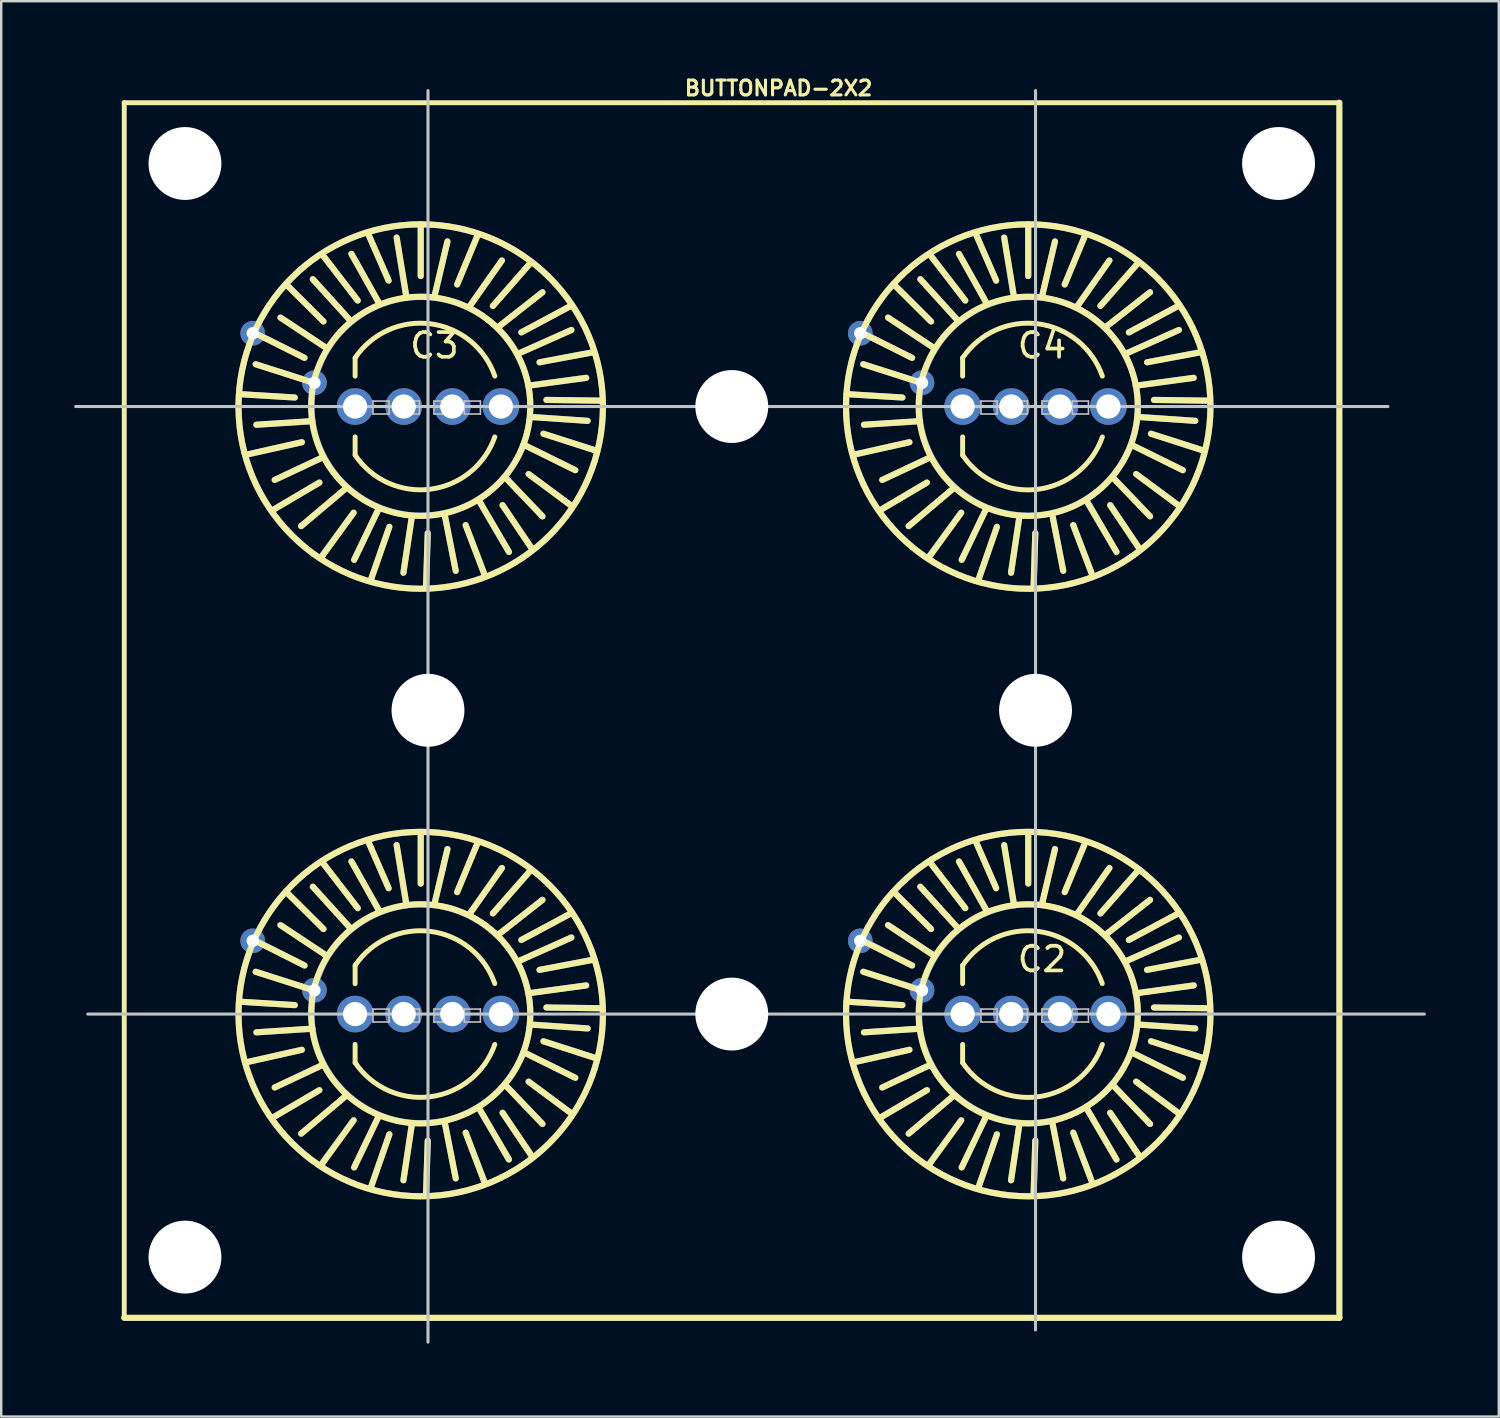
<source format=kicad_pcb>
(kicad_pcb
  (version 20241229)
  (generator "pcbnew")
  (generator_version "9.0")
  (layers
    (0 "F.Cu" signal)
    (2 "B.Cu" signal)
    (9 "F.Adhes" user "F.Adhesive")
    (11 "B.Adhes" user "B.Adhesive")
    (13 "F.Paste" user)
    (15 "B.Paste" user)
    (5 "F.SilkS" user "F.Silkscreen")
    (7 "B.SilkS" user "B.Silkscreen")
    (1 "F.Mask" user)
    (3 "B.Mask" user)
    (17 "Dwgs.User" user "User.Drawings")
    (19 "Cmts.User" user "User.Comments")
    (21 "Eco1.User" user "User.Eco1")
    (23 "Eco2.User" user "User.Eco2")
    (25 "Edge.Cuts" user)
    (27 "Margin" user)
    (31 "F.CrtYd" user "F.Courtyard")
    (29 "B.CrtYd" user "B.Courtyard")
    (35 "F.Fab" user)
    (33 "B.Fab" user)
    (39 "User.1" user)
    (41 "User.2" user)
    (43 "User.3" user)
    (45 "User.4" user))
  (footprint "BUTTONPAD-2X2"
    (layer "F.Cu")
    (at 2.062 51.176)
    (property "Reference" "BUTTONPAD-2X2" (at 26.924 -50.597 0) (layer "F.SilkS") (effects (font (size 0.61 0.61) (thickness 0.127))))
    (attr exclude_from_pos_files exclude_from_bom)
    (fp_line (start 4.719 -38.009) (end 7.018 -37.869) (stroke (width 0.254) (type solid)) (layer "B.Cu"))
    (fp_line (start 4.719 -13.01) (end 7.018 -12.868) (stroke (width 0.254) (type solid)) (layer "B.Cu"))
    (fp_line (start 5.039 -35.519) (end 7.308 -36.03) (stroke (width 0.254) (type solid)) (layer "B.Cu"))
    (fp_line (start 5.039 -10.518) (end 7.308 -11.029) (stroke (width 0.254) (type solid)) (layer "B.Cu"))
    (fp_line (start 5.359 -40.538) (end 7.419 -39.5) (stroke (width 0.254) (type solid)) (layer "B.Cu"))
    (fp_line (start 5.359 -15.54) (end 7.419 -14.498) (stroke (width 0.254) (type solid)) (layer "B.Cu"))
    (fp_line (start 6.129 -33.249) (end 8.029 -34.369) (stroke (width 0.254) (type solid)) (layer "B.Cu"))
    (fp_line (start 6.129 -8.25) (end 8.029 -9.368) (stroke (width 0.254) (type solid)) (layer "B.Cu"))
    (fp_line (start 6.698 -42.499) (end 8.199 -40.998) (stroke (width 0.254) (type solid)) (layer "B.Cu"))
    (fp_line (start 6.698 -17.498) (end 8.199 -15.999) (stroke (width 0.254) (type solid)) (layer "B.Cu"))
    (fp_line (start 7.739 -38.499) (end 5.408 -39.238) (stroke (width 0.254) (type solid)) (layer "B.Cu"))
    (fp_line (start 7.739 -36.888) (end 5.438 -36.749) (stroke (width 0.254) (type solid)) (layer "B.Cu"))
    (fp_line (start 7.739 -13.498) (end 5.408 -14.239) (stroke (width 0.254) (type solid)) (layer "B.Cu"))
    (fp_line (start 7.739 -11.89) (end 5.438 -11.748) (stroke (width 0.254) (type solid)) (layer "B.Cu"))
    (fp_line (start 8.108 -31.328) (end 9.439 -33.129) (stroke (width 0.254) (type solid)) (layer "B.Cu"))
    (fp_line (start 8.108 -6.33) (end 9.439 -8.128) (stroke (width 0.254) (type solid)) (layer "B.Cu"))
    (fp_line (start 8.189 -43.698) (end 9.609 -41.859) (stroke (width 0.254) (type solid)) (layer "B.Cu"))
    (fp_line (start 8.189 -35.418) (end 6.19 -34.478) (stroke (width 0.254) (type solid)) (layer "B.Cu"))
    (fp_line (start 8.189 -18.699) (end 9.609 -16.858) (stroke (width 0.254) (type solid)) (layer "B.Cu"))
    (fp_line (start 8.189 -10.419) (end 6.19 -9.479) (stroke (width 0.254) (type solid)) (layer "B.Cu"))
    (fp_line (start 8.349 -39.878) (end 6.429 -41.158) (stroke (width 0.254) (type solid)) (layer "B.Cu"))
    (fp_line (start 8.349 -14.879) (end 6.429 -16.159) (stroke (width 0.254) (type solid)) (layer "B.Cu"))
    (fp_line (start 9.129 -34.13) (end 7.28 -32.578) (stroke (width 0.254) (type solid)) (layer "B.Cu"))
    (fp_line (start 9.129 -9.129) (end 7.28 -7.579) (stroke (width 0.254) (type solid)) (layer "B.Cu"))
    (fp_line (start 9.289 -41.049) (end 7.76 -42.738) (stroke (width 0.254) (type solid)) (layer "B.Cu"))
    (fp_line (start 9.289 -16.048) (end 7.76 -17.739) (stroke (width 0.254) (type solid)) (layer "B.Cu"))
    (fp_line (start 10.038 -44.607) (end 10.879 -42.68) (stroke (width 0.254) (type solid)) (layer "B.Cu"))
    (fp_line (start 10.038 -19.609) (end 10.879 -17.678) (stroke (width 0.254) (type solid)) (layer "B.Cu"))
    (fp_line (start 10.168 -30.419) (end 10.909 -32.548) (stroke (width 0.254) (type solid)) (layer "B.Cu"))
    (fp_line (start 10.168 -5.418) (end 10.909 -7.549) (stroke (width 0.254) (type solid)) (layer "B.Cu"))
    (fp_line (start 10.46 -41.798) (end 9.35 -43.779) (stroke (width 0.254) (type solid)) (layer "B.Cu"))
    (fp_line (start 10.46 -33.279) (end 9.469 -31.189) (stroke (width 0.254) (type solid)) (layer "B.Cu"))
    (fp_line (start 10.46 -16.8) (end 9.35 -18.778) (stroke (width 0.254) (type solid)) (layer "B.Cu"))
    (fp_line (start 10.46 -8.278) (end 9.469 -6.19) (stroke (width 0.254) (type solid)) (layer "B.Cu"))
    (fp_line (start 11.587 -42.067) (end 11.209 -44.45) (stroke (width 0.254) (type solid)) (layer "B.Cu"))
    (fp_line (start 11.587 -17.069) (end 11.209 -19.449) (stroke (width 0.254) (type solid)) (layer "B.Cu"))
    (fp_line (start 11.829 -32.929) (end 11.488 -30.658) (stroke (width 0.254) (type solid)) (layer "B.Cu"))
    (fp_line (start 11.829 -7.93) (end 11.488 -5.659) (stroke (width 0.254) (type solid)) (layer "B.Cu"))
    (fp_line (start 12.2 -44.958) (end 12.2 -42.868) (stroke (width 0.254) (type solid)) (layer "B.Cu"))
    (fp_line (start 12.2 -19.959) (end 12.2 -17.869) (stroke (width 0.254) (type solid)) (layer "B.Cu"))
    (fp_line (start 12.418 -30.058) (end 12.489 -32.288) (stroke (width 0.254) (type solid)) (layer "B.Cu"))
    (fp_line (start 12.418 -5.06) (end 12.489 -7.29) (stroke (width 0.254) (type solid)) (layer "B.Cu"))
    (fp_line (start 12.789 -42.118) (end 13.299 -44.29) (stroke (width 0.254) (type solid)) (layer "B.Cu"))
    (fp_line (start 12.789 -17.12) (end 13.299 -19.289) (stroke (width 0.254) (type solid)) (layer "B.Cu"))
    (fp_line (start 13.188 -33.038) (end 13.64 -30.739) (stroke (width 0.254) (type solid)) (layer "B.Cu"))
    (fp_line (start 13.188 -8.039) (end 13.64 -5.738) (stroke (width 0.254) (type solid)) (layer "B.Cu"))
    (fp_line (start 14.178 -41.59) (end 15.54 -43.508) (stroke (width 0.254) (type solid)) (layer "B.Cu"))
    (fp_line (start 14.178 -16.589) (end 15.54 -18.509) (stroke (width 0.254) (type solid)) (layer "B.Cu"))
    (fp_line (start 14.529 -44.529) (end 13.698 -42.52) (stroke (width 0.254) (type solid)) (layer "B.Cu"))
    (fp_line (start 14.529 -19.528) (end 13.698 -17.518) (stroke (width 0.254) (type solid)) (layer "B.Cu"))
    (fp_line (start 14.608 -33.599) (end 15.829 -31.509) (stroke (width 0.254) (type solid)) (layer "B.Cu"))
    (fp_line (start 14.608 -8.598) (end 15.829 -6.507) (stroke (width 0.254) (type solid)) (layer "B.Cu"))
    (fp_line (start 14.788 -30.688) (end 14.049 -32.619) (stroke (width 0.254) (type solid)) (layer "B.Cu"))
    (fp_line (start 14.788 -5.69) (end 14.049 -7.62) (stroke (width 0.254) (type solid)) (layer "B.Cu"))
    (fp_line (start 15.38 -40.759) (end 17.209 -42.2) (stroke (width 0.254) (type solid)) (layer "B.Cu"))
    (fp_line (start 15.38 -15.758) (end 17.209 -17.198) (stroke (width 0.254) (type solid)) (layer "B.Cu"))
    (fp_line (start 15.7 -34.559) (end 17.209 -32.979) (stroke (width 0.254) (type solid)) (layer "B.Cu"))
    (fp_line (start 15.7 -9.558) (end 17.209 -7.978) (stroke (width 0.254) (type solid)) (layer "B.Cu"))
    (fp_line (start 16.18 -39.66) (end 18.4 -40.648) (stroke (width 0.254) (type solid)) (layer "B.Cu"))
    (fp_line (start 16.18 -14.658) (end 18.4 -15.649) (stroke (width 0.254) (type solid)) (layer "B.Cu"))
    (fp_line (start 16.5 -35.898) (end 18.56 -34.879) (stroke (width 0.254) (type solid)) (layer "B.Cu"))
    (fp_line (start 16.5 -10.899) (end 18.56 -9.878) (stroke (width 0.254) (type solid)) (layer "B.Cu"))
    (fp_line (start 16.609 -38.359) (end 19.009 -38.679) (stroke (width 0.254) (type solid)) (layer "B.Cu"))
    (fp_line (start 16.609 -13.358) (end 19.009 -13.678) (stroke (width 0.254) (type solid)) (layer "B.Cu"))
    (fp_line (start 16.718 -43.409) (end 15.169 -41.638) (stroke (width 0.254) (type solid)) (layer "B.Cu"))
    (fp_line (start 16.718 -18.41) (end 15.169 -16.64) (stroke (width 0.254) (type solid)) (layer "B.Cu"))
    (fp_line (start 16.739 -31.699) (end 15.568 -33.439) (stroke (width 0.254) (type solid)) (layer "B.Cu"))
    (fp_line (start 16.739 -6.698) (end 15.568 -8.438) (stroke (width 0.254) (type solid)) (layer "B.Cu"))
    (fp_line (start 16.8 -37.069) (end 19.068 -36.909) (stroke (width 0.254) (type solid)) (layer "B.Cu"))
    (fp_line (start 16.8 -12.068) (end 19.068 -11.908) (stroke (width 0.254) (type solid)) (layer "B.Cu"))
    (fp_line (start 18.349 -41.618) (end 16.34 -40.549) (stroke (width 0.254) (type solid)) (layer "B.Cu"))
    (fp_line (start 18.349 -16.619) (end 16.34 -15.55) (stroke (width 0.254) (type solid)) (layer "B.Cu"))
    (fp_line (start 18.369 -33.439) (end 16.64 -34.719) (stroke (width 0.254) (type solid)) (layer "B.Cu"))
    (fp_line (start 18.369 -8.438) (end 16.64 -9.718) (stroke (width 0.254) (type solid)) (layer "B.Cu"))
    (fp_line (start 19.309 -39.738) (end 17.089 -39.319) (stroke (width 0.254) (type solid)) (layer "B.Cu"))
    (fp_line (start 19.309 -14.74) (end 17.089 -14.318) (stroke (width 0.254) (type solid)) (layer "B.Cu"))
    (fp_line (start 19.418 -35.679) (end 17.249 -36.378) (stroke (width 0.254) (type solid)) (layer "B.Cu"))
    (fp_line (start 19.418 -10.678) (end 17.249 -11.379) (stroke (width 0.254) (type solid)) (layer "B.Cu"))
    (fp_line (start 19.578 -37.739) (end 17.379 -37.77) (stroke (width 0.254) (type solid)) (layer "B.Cu"))
    (fp_line (start 19.578 -12.738) (end 17.379 -12.769) (stroke (width 0.254) (type solid)) (layer "B.Cu"))
    (fp_line (start 29.718 -38.009) (end 32.019 -37.869) (stroke (width 0.254) (type solid)) (layer "B.Cu"))
    (fp_line (start 29.718 -13.01) (end 32.019 -12.868) (stroke (width 0.254) (type solid)) (layer "B.Cu"))
    (fp_line (start 30.038 -35.519) (end 32.309 -36.03) (stroke (width 0.254) (type solid)) (layer "B.Cu"))
    (fp_line (start 30.038 -10.518) (end 32.309 -11.029) (stroke (width 0.254) (type solid)) (layer "B.Cu"))
    (fp_line (start 30.358 -40.538) (end 32.418 -39.5) (stroke (width 0.254) (type solid)) (layer "B.Cu"))
    (fp_line (start 30.358 -15.54) (end 32.418 -14.498) (stroke (width 0.254) (type solid)) (layer "B.Cu"))
    (fp_line (start 31.128 -33.249) (end 33.028 -34.369) (stroke (width 0.254) (type solid)) (layer "B.Cu"))
    (fp_line (start 31.128 -8.25) (end 33.028 -9.368) (stroke (width 0.254) (type solid)) (layer "B.Cu"))
    (fp_line (start 31.699 -42.499) (end 33.198 -40.998) (stroke (width 0.254) (type solid)) (layer "B.Cu"))
    (fp_line (start 31.699 -17.498) (end 33.198 -15.999) (stroke (width 0.254) (type solid)) (layer "B.Cu"))
    (fp_line (start 32.738 -38.499) (end 30.409 -39.238) (stroke (width 0.254) (type solid)) (layer "B.Cu"))
    (fp_line (start 32.738 -36.888) (end 30.439 -36.749) (stroke (width 0.254) (type solid)) (layer "B.Cu"))
    (fp_line (start 32.738 -13.498) (end 30.409 -14.239) (stroke (width 0.254) (type solid)) (layer "B.Cu"))
    (fp_line (start 32.738 -11.89) (end 30.439 -11.748) (stroke (width 0.254) (type solid)) (layer "B.Cu"))
    (fp_line (start 33.109 -31.328) (end 34.44 -33.129) (stroke (width 0.254) (type solid)) (layer "B.Cu"))
    (fp_line (start 33.109 -6.33) (end 34.44 -8.128) (stroke (width 0.254) (type solid)) (layer "B.Cu"))
    (fp_line (start 33.188 -43.698) (end 34.608 -41.859) (stroke (width 0.254) (type solid)) (layer "B.Cu"))
    (fp_line (start 33.188 -35.418) (end 31.189 -34.478) (stroke (width 0.254) (type solid)) (layer "B.Cu"))
    (fp_line (start 33.188 -18.699) (end 34.608 -16.858) (stroke (width 0.254) (type solid)) (layer "B.Cu"))
    (fp_line (start 33.188 -10.419) (end 31.189 -9.479) (stroke (width 0.254) (type solid)) (layer "B.Cu"))
    (fp_line (start 33.348 -39.878) (end 31.43 -41.158) (stroke (width 0.254) (type solid)) (layer "B.Cu"))
    (fp_line (start 33.348 -14.879) (end 31.43 -16.159) (stroke (width 0.254) (type solid)) (layer "B.Cu"))
    (fp_line (start 34.13 -34.13) (end 32.278 -32.578) (stroke (width 0.254) (type solid)) (layer "B.Cu"))
    (fp_line (start 34.13 -9.129) (end 32.278 -7.579) (stroke (width 0.254) (type solid)) (layer "B.Cu"))
    (fp_line (start 34.29 -41.049) (end 32.758 -42.738) (stroke (width 0.254) (type solid)) (layer "B.Cu"))
    (fp_line (start 34.29 -16.048) (end 32.758 -17.739) (stroke (width 0.254) (type solid)) (layer "B.Cu"))
    (fp_line (start 35.039 -44.607) (end 35.877 -42.68) (stroke (width 0.254) (type solid)) (layer "B.Cu"))
    (fp_line (start 35.039 -19.609) (end 35.877 -17.678) (stroke (width 0.254) (type solid)) (layer "B.Cu"))
    (fp_line (start 35.169 -30.419) (end 35.908 -32.548) (stroke (width 0.254) (type solid)) (layer "B.Cu"))
    (fp_line (start 35.169 -5.418) (end 35.908 -7.549) (stroke (width 0.254) (type solid)) (layer "B.Cu"))
    (fp_line (start 35.458 -41.798) (end 34.348 -43.779) (stroke (width 0.254) (type solid)) (layer "B.Cu"))
    (fp_line (start 35.458 -33.279) (end 34.468 -31.189) (stroke (width 0.254) (type solid)) (layer "B.Cu"))
    (fp_line (start 35.458 -16.8) (end 34.348 -18.778) (stroke (width 0.254) (type solid)) (layer "B.Cu"))
    (fp_line (start 35.458 -8.278) (end 34.468 -6.19) (stroke (width 0.254) (type solid)) (layer "B.Cu"))
    (fp_line (start 36.589 -42.067) (end 36.208 -44.45) (stroke (width 0.254) (type solid)) (layer "B.Cu"))
    (fp_line (start 36.589 -17.069) (end 36.208 -19.449) (stroke (width 0.254) (type solid)) (layer "B.Cu"))
    (fp_line (start 36.83 -32.929) (end 36.49 -30.658) (stroke (width 0.254) (type solid)) (layer "B.Cu"))
    (fp_line (start 36.83 -7.93) (end 36.49 -5.659) (stroke (width 0.254) (type solid)) (layer "B.Cu"))
    (fp_line (start 37.198 -44.958) (end 37.198 -42.868) (stroke (width 0.254) (type solid)) (layer "B.Cu"))
    (fp_line (start 37.198 -19.959) (end 37.198 -17.869) (stroke (width 0.254) (type solid)) (layer "B.Cu"))
    (fp_line (start 37.419 -30.058) (end 37.488 -32.288) (stroke (width 0.254) (type solid)) (layer "B.Cu"))
    (fp_line (start 37.419 -5.06) (end 37.488 -7.29) (stroke (width 0.254) (type solid)) (layer "B.Cu"))
    (fp_line (start 37.788 -42.118) (end 38.298 -44.29) (stroke (width 0.254) (type solid)) (layer "B.Cu"))
    (fp_line (start 37.788 -17.12) (end 38.298 -19.289) (stroke (width 0.254) (type solid)) (layer "B.Cu"))
    (fp_line (start 38.189 -33.038) (end 38.638 -30.739) (stroke (width 0.254) (type solid)) (layer "B.Cu"))
    (fp_line (start 38.189 -8.039) (end 38.638 -5.738) (stroke (width 0.254) (type solid)) (layer "B.Cu"))
    (fp_line (start 39.179 -41.59) (end 40.538 -43.508) (stroke (width 0.254) (type solid)) (layer "B.Cu"))
    (fp_line (start 39.179 -16.589) (end 40.538 -18.509) (stroke (width 0.254) (type solid)) (layer "B.Cu"))
    (fp_line (start 39.527 -44.529) (end 38.699 -42.52) (stroke (width 0.254) (type solid)) (layer "B.Cu"))
    (fp_line (start 39.527 -19.528) (end 38.699 -17.518) (stroke (width 0.254) (type solid)) (layer "B.Cu"))
    (fp_line (start 39.609 -33.599) (end 40.828 -31.509) (stroke (width 0.254) (type solid)) (layer "B.Cu"))
    (fp_line (start 39.609 -8.598) (end 40.828 -6.507) (stroke (width 0.254) (type solid)) (layer "B.Cu"))
    (fp_line (start 39.789 -30.688) (end 39.05 -32.619) (stroke (width 0.254) (type solid)) (layer "B.Cu"))
    (fp_line (start 39.789 -5.69) (end 39.05 -7.62) (stroke (width 0.254) (type solid)) (layer "B.Cu"))
    (fp_line (start 40.378 -40.759) (end 42.21 -42.2) (stroke (width 0.254) (type solid)) (layer "B.Cu"))
    (fp_line (start 40.378 -15.758) (end 42.21 -17.198) (stroke (width 0.254) (type solid)) (layer "B.Cu"))
    (fp_line (start 40.698 -34.559) (end 42.21 -32.979) (stroke (width 0.254) (type solid)) (layer "B.Cu"))
    (fp_line (start 40.698 -9.558) (end 42.21 -7.978) (stroke (width 0.254) (type solid)) (layer "B.Cu"))
    (fp_line (start 41.178 -39.66) (end 43.398 -40.648) (stroke (width 0.254) (type solid)) (layer "B.Cu"))
    (fp_line (start 41.178 -14.658) (end 43.398 -15.649) (stroke (width 0.254) (type solid)) (layer "B.Cu"))
    (fp_line (start 41.499 -35.898) (end 43.558 -34.879) (stroke (width 0.254) (type solid)) (layer "B.Cu"))
    (fp_line (start 41.499 -10.899) (end 43.558 -9.878) (stroke (width 0.254) (type solid)) (layer "B.Cu"))
    (fp_line (start 41.608 -38.359) (end 44.008 -38.679) (stroke (width 0.254) (type solid)) (layer "B.Cu"))
    (fp_line (start 41.608 -13.358) (end 44.008 -13.678) (stroke (width 0.254) (type solid)) (layer "B.Cu"))
    (fp_line (start 41.719 -43.409) (end 40.168 -41.638) (stroke (width 0.254) (type solid)) (layer "B.Cu"))
    (fp_line (start 41.719 -18.41) (end 40.168 -16.64) (stroke (width 0.254) (type solid)) (layer "B.Cu"))
    (fp_line (start 41.74 -31.699) (end 40.569 -33.439) (stroke (width 0.254) (type solid)) (layer "B.Cu"))
    (fp_line (start 41.74 -6.698) (end 40.569 -8.438) (stroke (width 0.254) (type solid)) (layer "B.Cu"))
    (fp_line (start 41.798 -37.069) (end 44.069 -36.909) (stroke (width 0.254) (type solid)) (layer "B.Cu"))
    (fp_line (start 41.798 -12.068) (end 44.069 -11.908) (stroke (width 0.254) (type solid)) (layer "B.Cu"))
    (fp_line (start 43.348 -41.618) (end 41.339 -40.549) (stroke (width 0.254) (type solid)) (layer "B.Cu"))
    (fp_line (start 43.348 -16.619) (end 41.339 -15.55) (stroke (width 0.254) (type solid)) (layer "B.Cu"))
    (fp_line (start 43.368 -33.439) (end 41.638 -34.719) (stroke (width 0.254) (type solid)) (layer "B.Cu"))
    (fp_line (start 43.368 -8.438) (end 41.638 -9.718) (stroke (width 0.254) (type solid)) (layer "B.Cu"))
    (fp_line (start 44.308 -39.738) (end 42.088 -39.319) (stroke (width 0.254) (type solid)) (layer "B.Cu"))
    (fp_line (start 44.308 -14.74) (end 42.088 -14.318) (stroke (width 0.254) (type solid)) (layer "B.Cu"))
    (fp_line (start 44.42 -35.679) (end 42.248 -36.378) (stroke (width 0.254) (type solid)) (layer "B.Cu"))
    (fp_line (start 44.42 -10.678) (end 42.248 -11.379) (stroke (width 0.254) (type solid)) (layer "B.Cu"))
    (fp_line (start 44.58 -37.739) (end 42.38 -37.77) (stroke (width 0.254) (type solid)) (layer "B.Cu"))
    (fp_line (start 44.58 -12.738) (end 42.38 -12.769) (stroke (width 0.254) (type solid)) (layer "B.Cu"))
    (fp_circle (center 12.2 -37.498) (end 12.2 -44.996) (stroke (width 0.254) (type solid)) (fill no) (layer "B.Cu"))
    (fp_circle (center 12.2 -12.499) (end 12.2 -19.997) (stroke (width 0.254) (type solid)) (fill no) (layer "B.Cu"))
    (fp_circle (center 12.21 -37.508) (end 12.21 -42.007) (stroke (width 0.254) (type solid)) (fill no) (layer "B.Cu"))
    (fp_circle (center 12.21 -12.509) (end 12.21 -17.008) (stroke (width 0.254) (type solid)) (fill no) (layer "B.Cu"))
    (fp_circle (center 37.198 -37.498) (end 37.198 -44.996) (stroke (width 0.254) (type solid)) (fill no) (layer "B.Cu"))
    (fp_circle (center 37.198 -12.499) (end 37.198 -19.997) (stroke (width 0.254) (type solid)) (fill no) (layer "B.Cu"))
    (fp_circle (center 37.208 -37.508) (end 37.208 -42.007) (stroke (width 0.254) (type solid)) (fill no) (layer "B.Cu"))
    (fp_circle (center 37.208 -12.509) (end 37.208 -17.008) (stroke (width 0.254) (type solid)) (fill no) (layer "B.Cu"))
    (fp_line (start 0 -50) (end 50 -50) (stroke (width 0.203) (type solid)) (layer "F.SilkS"))
    (fp_line (start 0 0) (end 0 -50) (stroke (width 0.203) (type solid)) (layer "F.SilkS"))
    (fp_line (start 4.729 -38.009) (end 7.018 -37.869) (stroke (width 0.254) (type solid)) (layer "F.SilkS"))
    (fp_line (start 4.729 -13.01) (end 7.018 -12.868) (stroke (width 0.254) (type solid)) (layer "F.SilkS"))
    (fp_line (start 5.359 -40.528) (end 7.419 -39.5) (stroke (width 0.254) (type solid)) (layer "F.SilkS"))
    (fp_line (start 5.359 -15.53) (end 7.419 -14.498) (stroke (width 0.254) (type solid)) (layer "F.SilkS"))
    (fp_line (start 5.408 -39.238) (end 7.777 -38.478) (stroke (width 0.254) (type solid)) (layer "F.SilkS"))
    (fp_line (start 5.408 -14.239) (end 7.777 -13.48) (stroke (width 0.254) (type solid)) (layer "F.SilkS"))
    (fp_line (start 5.438 -36.749) (end 7.739 -36.899) (stroke (width 0.254) (type solid)) (layer "F.SilkS"))
    (fp_line (start 5.438 -11.748) (end 7.739 -11.9) (stroke (width 0.254) (type solid)) (layer "F.SilkS"))
    (fp_line (start 6.078 -33.218) (end 8.029 -34.369) (stroke (width 0.254) (type solid)) (layer "F.SilkS"))
    (fp_line (start 6.078 -8.219) (end 8.029 -9.368) (stroke (width 0.254) (type solid)) (layer "F.SilkS"))
    (fp_line (start 6.19 -34.478) (end 8.189 -35.418) (stroke (width 0.254) (type solid)) (layer "F.SilkS"))
    (fp_line (start 6.19 -9.479) (end 8.189 -10.419) (stroke (width 0.254) (type solid)) (layer "F.SilkS"))
    (fp_line (start 6.429 -41.158) (end 8.288 -39.929) (stroke (width 0.254) (type solid)) (layer "F.SilkS"))
    (fp_line (start 6.429 -16.159) (end 8.288 -14.928) (stroke (width 0.254) (type solid)) (layer "F.SilkS"))
    (fp_line (start 6.678 -42.509) (end 8.199 -40.998) (stroke (width 0.254) (type solid)) (layer "F.SilkS"))
    (fp_line (start 6.678 -17.508) (end 8.199 -15.999) (stroke (width 0.254) (type solid)) (layer "F.SilkS"))
    (fp_line (start 7.308 -36.03) (end 5.029 -35.519) (stroke (width 0.254) (type solid)) (layer "F.SilkS"))
    (fp_line (start 7.308 -11.029) (end 5.029 -10.518) (stroke (width 0.254) (type solid)) (layer "F.SilkS"))
    (fp_line (start 7.76 -42.738) (end 9.319 -41.018) (stroke (width 0.254) (type solid)) (layer "F.SilkS"))
    (fp_line (start 7.76 -17.739) (end 9.319 -16.02) (stroke (width 0.254) (type solid)) (layer "F.SilkS"))
    (fp_line (start 8.158 -43.739) (end 9.609 -41.859) (stroke (width 0.254) (type solid)) (layer "F.SilkS"))
    (fp_line (start 8.158 -18.738) (end 9.609 -16.858) (stroke (width 0.254) (type solid)) (layer "F.SilkS"))
    (fp_line (start 9.149 -34.158) (end 7.28 -32.578) (stroke (width 0.254) (type solid)) (layer "F.SilkS"))
    (fp_line (start 9.149 -9.159) (end 7.28 -7.579) (stroke (width 0.254) (type solid)) (layer "F.SilkS"))
    (fp_line (start 9.35 -43.779) (end 10.46 -41.798) (stroke (width 0.254) (type solid)) (layer "F.SilkS"))
    (fp_line (start 9.35 -18.778) (end 10.46 -16.8) (stroke (width 0.254) (type solid)) (layer "F.SilkS"))
    (fp_line (start 9.439 -33.129) (end 8.098 -31.278) (stroke (width 0.254) (type solid)) (layer "F.SilkS"))
    (fp_line (start 9.439 -8.128) (end 8.098 -6.279) (stroke (width 0.254) (type solid)) (layer "F.SilkS"))
    (fp_line (start 9.459 -31.189) (end 10.45 -33.249) (stroke (width 0.254) (type solid)) (layer "F.SilkS"))
    (fp_line (start 9.459 -6.19) (end 10.45 -8.25) (stroke (width 0.254) (type solid)) (layer "F.SilkS"))
    (fp_line (start 9.5 -39.5) (end 9.5 -38.748) (stroke (width 0.203) (type solid)) (layer "F.SilkS"))
    (fp_line (start 9.5 -35.499) (end 9.5 -36.248) (stroke (width 0.203) (type solid)) (layer "F.SilkS"))
    (fp_line (start 9.5 -14.498) (end 9.5 -13.749) (stroke (width 0.203) (type solid)) (layer "F.SilkS"))
    (fp_line (start 9.5 -10.498) (end 9.5 -11.25) (stroke (width 0.203) (type solid)) (layer "F.SilkS"))
    (fp_line (start 10.879 -42.68) (end 10.018 -44.648) (stroke (width 0.254) (type solid)) (layer "F.SilkS"))
    (fp_line (start 10.879 -17.678) (end 10.018 -19.649) (stroke (width 0.254) (type solid)) (layer "F.SilkS"))
    (fp_line (start 10.909 -32.548) (end 10.15 -30.368) (stroke (width 0.254) (type solid)) (layer "F.SilkS"))
    (fp_line (start 10.909 -7.549) (end 10.15 -5.37) (stroke (width 0.254) (type solid)) (layer "F.SilkS"))
    (fp_line (start 11.488 -30.658) (end 11.839 -32.99) (stroke (width 0.254) (type solid)) (layer "F.SilkS"))
    (fp_line (start 11.488 -5.659) (end 11.839 -7.988) (stroke (width 0.254) (type solid)) (layer "F.SilkS"))
    (fp_line (start 11.618 -41.979) (end 11.209 -44.45) (stroke (width 0.254) (type solid)) (layer "F.SilkS"))
    (fp_line (start 11.618 -16.98) (end 11.209 -19.449) (stroke (width 0.254) (type solid)) (layer "F.SilkS"))
    (fp_line (start 12.2 -42.868) (end 12.2 -44.988) (stroke (width 0.254) (type solid)) (layer "F.SilkS"))
    (fp_line (start 12.2 -17.869) (end 12.2 -19.99) (stroke (width 0.254) (type solid)) (layer "F.SilkS"))
    (fp_line (start 12.489 -32.288) (end 12.418 -30.058) (stroke (width 0.254) (type solid)) (layer "F.SilkS"))
    (fp_line (start 12.489 -7.29) (end 12.418 -5.06) (stroke (width 0.254) (type solid)) (layer "F.SilkS"))
    (fp_line (start 12.758 -42.009) (end 13.299 -44.29) (stroke (width 0.254) (type solid)) (layer "F.SilkS"))
    (fp_line (start 12.758 -17.008) (end 13.299 -19.289) (stroke (width 0.254) (type solid)) (layer "F.SilkS"))
    (fp_line (start 13.64 -30.739) (end 13.178 -33.089) (stroke (width 0.254) (type solid)) (layer "F.SilkS"))
    (fp_line (start 13.64 -5.738) (end 13.178 -8.09) (stroke (width 0.254) (type solid)) (layer "F.SilkS"))
    (fp_line (start 13.698 -42.52) (end 14.539 -44.539) (stroke (width 0.254) (type solid)) (layer "F.SilkS"))
    (fp_line (start 13.698 -17.518) (end 14.539 -19.538) (stroke (width 0.254) (type solid)) (layer "F.SilkS"))
    (fp_line (start 14.049 -32.619) (end 14.829 -30.569) (stroke (width 0.254) (type solid)) (layer "F.SilkS"))
    (fp_line (start 14.049 -7.62) (end 14.829 -5.568) (stroke (width 0.254) (type solid)) (layer "F.SilkS"))
    (fp_line (start 14.199 -41.598) (end 15.54 -43.508) (stroke (width 0.254) (type solid)) (layer "F.SilkS"))
    (fp_line (start 14.199 -16.599) (end 15.54 -18.509) (stroke (width 0.254) (type solid)) (layer "F.SilkS"))
    (fp_line (start 15.39 -40.77) (end 17.209 -42.2) (stroke (width 0.254) (type solid)) (layer "F.SilkS"))
    (fp_line (start 15.39 -15.768) (end 17.209 -17.198) (stroke (width 0.254) (type solid)) (layer "F.SilkS"))
    (fp_line (start 15.568 -33.439) (end 16.769 -31.659) (stroke (width 0.254) (type solid)) (layer "F.SilkS"))
    (fp_line (start 15.568 -8.438) (end 16.769 -6.66) (stroke (width 0.254) (type solid)) (layer "F.SilkS"))
    (fp_line (start 15.659 -34.6) (end 17.209 -32.979) (stroke (width 0.254) (type solid)) (layer "F.SilkS"))
    (fp_line (start 15.659 -9.599) (end 17.209 -7.978) (stroke (width 0.254) (type solid)) (layer "F.SilkS"))
    (fp_line (start 15.829 -31.519) (end 14.58 -33.658) (stroke (width 0.254) (type solid)) (layer "F.SilkS"))
    (fp_line (start 15.829 -6.518) (end 14.58 -8.659) (stroke (width 0.254) (type solid)) (layer "F.SilkS"))
    (fp_line (start 16.228 -39.68) (end 18.4 -40.648) (stroke (width 0.254) (type solid)) (layer "F.SilkS"))
    (fp_line (start 16.228 -14.679) (end 18.4 -15.649) (stroke (width 0.254) (type solid)) (layer "F.SilkS"))
    (fp_line (start 16.34 -40.549) (end 18.369 -41.638) (stroke (width 0.254) (type solid)) (layer "F.SilkS"))
    (fp_line (start 16.34 -15.55) (end 18.369 -16.64) (stroke (width 0.254) (type solid)) (layer "F.SilkS"))
    (fp_line (start 16.429 -35.928) (end 18.56 -34.879) (stroke (width 0.254) (type solid)) (layer "F.SilkS"))
    (fp_line (start 16.429 -10.93) (end 18.56 -9.878) (stroke (width 0.254) (type solid)) (layer "F.SilkS"))
    (fp_line (start 16.64 -34.719) (end 18.39 -33.419) (stroke (width 0.254) (type solid)) (layer "F.SilkS"))
    (fp_line (start 16.64 -9.718) (end 18.39 -8.418) (stroke (width 0.254) (type solid)) (layer "F.SilkS"))
    (fp_line (start 16.667 -38.359) (end 19.009 -38.679) (stroke (width 0.254) (type solid)) (layer "F.SilkS"))
    (fp_line (start 16.667 -13.358) (end 19.009 -13.678) (stroke (width 0.254) (type solid)) (layer "F.SilkS"))
    (fp_line (start 16.708 -37.069) (end 19.068 -36.909) (stroke (width 0.254) (type solid)) (layer "F.SilkS"))
    (fp_line (start 16.708 -12.068) (end 19.068 -11.908) (stroke (width 0.254) (type solid)) (layer "F.SilkS"))
    (fp_line (start 16.728 -43.419) (end 15.169 -41.638) (stroke (width 0.254) (type solid)) (layer "F.SilkS"))
    (fp_line (start 16.728 -18.418) (end 15.169 -16.64) (stroke (width 0.254) (type solid)) (layer "F.SilkS"))
    (fp_line (start 17.089 -39.319) (end 19.329 -39.738) (stroke (width 0.254) (type solid)) (layer "F.SilkS"))
    (fp_line (start 17.089 -14.318) (end 19.329 -14.74) (stroke (width 0.254) (type solid)) (layer "F.SilkS"))
    (fp_line (start 17.249 -36.378) (end 19.367 -35.7) (stroke (width 0.254) (type solid)) (layer "F.SilkS"))
    (fp_line (start 17.249 -11.379) (end 19.367 -10.698) (stroke (width 0.254) (type solid)) (layer "F.SilkS"))
    (fp_line (start 17.369 -37.77) (end 19.66 -37.739) (stroke (width 0.254) (type solid)) (layer "F.SilkS"))
    (fp_line (start 17.369 -12.769) (end 19.66 -12.738) (stroke (width 0.254) (type solid)) (layer "F.SilkS"))
    (fp_line (start 29.728 -38.009) (end 32.019 -37.869) (stroke (width 0.254) (type solid)) (layer "F.SilkS"))
    (fp_line (start 29.728 -13.01) (end 32.019 -12.868) (stroke (width 0.254) (type solid)) (layer "F.SilkS"))
    (fp_line (start 30.358 -40.528) (end 32.418 -39.5) (stroke (width 0.254) (type solid)) (layer "F.SilkS"))
    (fp_line (start 30.358 -15.53) (end 32.418 -14.498) (stroke (width 0.254) (type solid)) (layer "F.SilkS"))
    (fp_line (start 30.409 -39.238) (end 32.779 -38.478) (stroke (width 0.254) (type solid)) (layer "F.SilkS"))
    (fp_line (start 30.409 -14.239) (end 32.779 -13.48) (stroke (width 0.254) (type solid)) (layer "F.SilkS"))
    (fp_line (start 30.439 -36.749) (end 32.738 -36.899) (stroke (width 0.254) (type solid)) (layer "F.SilkS"))
    (fp_line (start 30.439 -11.748) (end 32.738 -11.9) (stroke (width 0.254) (type solid)) (layer "F.SilkS"))
    (fp_line (start 31.079 -33.218) (end 33.028 -34.369) (stroke (width 0.254) (type solid)) (layer "F.SilkS"))
    (fp_line (start 31.079 -8.219) (end 33.028 -9.368) (stroke (width 0.254) (type solid)) (layer "F.SilkS"))
    (fp_line (start 31.189 -34.478) (end 33.188 -35.418) (stroke (width 0.254) (type solid)) (layer "F.SilkS"))
    (fp_line (start 31.189 -9.479) (end 33.188 -10.419) (stroke (width 0.254) (type solid)) (layer "F.SilkS"))
    (fp_line (start 31.43 -41.158) (end 33.289 -39.929) (stroke (width 0.254) (type solid)) (layer "F.SilkS"))
    (fp_line (start 31.43 -16.159) (end 33.289 -14.928) (stroke (width 0.254) (type solid)) (layer "F.SilkS"))
    (fp_line (start 31.679 -42.509) (end 33.198 -40.998) (stroke (width 0.254) (type solid)) (layer "F.SilkS"))
    (fp_line (start 31.679 -17.508) (end 33.198 -15.999) (stroke (width 0.254) (type solid)) (layer "F.SilkS"))
    (fp_line (start 32.309 -36.03) (end 30.028 -35.519) (stroke (width 0.254) (type solid)) (layer "F.SilkS"))
    (fp_line (start 32.309 -11.029) (end 30.028 -10.518) (stroke (width 0.254) (type solid)) (layer "F.SilkS"))
    (fp_line (start 32.758 -42.738) (end 34.318 -41.018) (stroke (width 0.254) (type solid)) (layer "F.SilkS"))
    (fp_line (start 32.758 -17.739) (end 34.318 -16.02) (stroke (width 0.254) (type solid)) (layer "F.SilkS"))
    (fp_line (start 33.16 -43.739) (end 34.608 -41.859) (stroke (width 0.254) (type solid)) (layer "F.SilkS"))
    (fp_line (start 33.16 -18.738) (end 34.608 -16.858) (stroke (width 0.254) (type solid)) (layer "F.SilkS"))
    (fp_line (start 34.148 -34.158) (end 32.278 -32.578) (stroke (width 0.254) (type solid)) (layer "F.SilkS"))
    (fp_line (start 34.148 -9.159) (end 32.278 -7.579) (stroke (width 0.254) (type solid)) (layer "F.SilkS"))
    (fp_line (start 34.348 -43.779) (end 35.458 -41.798) (stroke (width 0.254) (type solid)) (layer "F.SilkS"))
    (fp_line (start 34.348 -18.778) (end 35.458 -16.8) (stroke (width 0.254) (type solid)) (layer "F.SilkS"))
    (fp_line (start 34.44 -33.129) (end 33.099 -31.278) (stroke (width 0.254) (type solid)) (layer "F.SilkS"))
    (fp_line (start 34.44 -8.128) (end 33.099 -6.279) (stroke (width 0.254) (type solid)) (layer "F.SilkS"))
    (fp_line (start 34.458 -31.189) (end 35.448 -33.249) (stroke (width 0.254) (type solid)) (layer "F.SilkS"))
    (fp_line (start 34.458 -6.19) (end 35.448 -8.25) (stroke (width 0.254) (type solid)) (layer "F.SilkS"))
    (fp_line (start 34.498 -39.5) (end 34.498 -38.748) (stroke (width 0.203) (type solid)) (layer "F.SilkS"))
    (fp_line (start 34.498 -35.499) (end 34.498 -36.248) (stroke (width 0.203) (type solid)) (layer "F.SilkS"))
    (fp_line (start 34.498 -14.498) (end 34.498 -13.749) (stroke (width 0.203) (type solid)) (layer "F.SilkS"))
    (fp_line (start 34.498 -10.498) (end 34.498 -11.25) (stroke (width 0.203) (type solid)) (layer "F.SilkS"))
    (fp_line (start 35.877 -42.68) (end 35.019 -44.648) (stroke (width 0.254) (type solid)) (layer "F.SilkS"))
    (fp_line (start 35.877 -17.678) (end 35.019 -19.649) (stroke (width 0.254) (type solid)) (layer "F.SilkS"))
    (fp_line (start 35.908 -32.548) (end 35.149 -30.368) (stroke (width 0.254) (type solid)) (layer "F.SilkS"))
    (fp_line (start 35.908 -7.549) (end 35.149 -5.37) (stroke (width 0.254) (type solid)) (layer "F.SilkS"))
    (fp_line (start 36.49 -30.658) (end 36.838 -32.99) (stroke (width 0.254) (type solid)) (layer "F.SilkS"))
    (fp_line (start 36.49 -5.659) (end 36.838 -7.988) (stroke (width 0.254) (type solid)) (layer "F.SilkS"))
    (fp_line (start 36.619 -41.979) (end 36.208 -44.45) (stroke (width 0.254) (type solid)) (layer "F.SilkS"))
    (fp_line (start 36.619 -16.98) (end 36.208 -19.449) (stroke (width 0.254) (type solid)) (layer "F.SilkS"))
    (fp_line (start 37.198 -42.868) (end 37.198 -44.988) (stroke (width 0.254) (type solid)) (layer "F.SilkS"))
    (fp_line (start 37.198 -17.869) (end 37.198 -19.99) (stroke (width 0.254) (type solid)) (layer "F.SilkS"))
    (fp_line (start 37.488 -32.288) (end 37.419 -30.058) (stroke (width 0.254) (type solid)) (layer "F.SilkS"))
    (fp_line (start 37.488 -7.29) (end 37.419 -5.06) (stroke (width 0.254) (type solid)) (layer "F.SilkS"))
    (fp_line (start 37.76 -42.009) (end 38.298 -44.29) (stroke (width 0.254) (type solid)) (layer "F.SilkS"))
    (fp_line (start 37.76 -17.008) (end 38.298 -19.289) (stroke (width 0.254) (type solid)) (layer "F.SilkS"))
    (fp_line (start 38.638 -30.739) (end 38.179 -33.089) (stroke (width 0.254) (type solid)) (layer "F.SilkS"))
    (fp_line (start 38.638 -5.738) (end 38.179 -8.09) (stroke (width 0.254) (type solid)) (layer "F.SilkS"))
    (fp_line (start 38.699 -42.52) (end 39.538 -44.539) (stroke (width 0.254) (type solid)) (layer "F.SilkS"))
    (fp_line (start 38.699 -17.518) (end 39.538 -19.538) (stroke (width 0.254) (type solid)) (layer "F.SilkS"))
    (fp_line (start 39.05 -32.619) (end 39.83 -30.569) (stroke (width 0.254) (type solid)) (layer "F.SilkS"))
    (fp_line (start 39.05 -7.62) (end 39.83 -5.568) (stroke (width 0.254) (type solid)) (layer "F.SilkS"))
    (fp_line (start 39.2 -41.598) (end 40.538 -43.508) (stroke (width 0.254) (type solid)) (layer "F.SilkS"))
    (fp_line (start 39.2 -16.599) (end 40.538 -18.509) (stroke (width 0.254) (type solid)) (layer "F.SilkS"))
    (fp_line (start 40.389 -40.77) (end 42.21 -42.2) (stroke (width 0.254) (type solid)) (layer "F.SilkS"))
    (fp_line (start 40.389 -15.768) (end 42.21 -17.198) (stroke (width 0.254) (type solid)) (layer "F.SilkS"))
    (fp_line (start 40.569 -33.439) (end 41.768 -31.659) (stroke (width 0.254) (type solid)) (layer "F.SilkS"))
    (fp_line (start 40.569 -8.438) (end 41.768 -6.66) (stroke (width 0.254) (type solid)) (layer "F.SilkS"))
    (fp_line (start 40.658 -34.6) (end 42.21 -32.979) (stroke (width 0.254) (type solid)) (layer "F.SilkS"))
    (fp_line (start 40.658 -9.599) (end 42.21 -7.978) (stroke (width 0.254) (type solid)) (layer "F.SilkS"))
    (fp_line (start 40.828 -31.519) (end 39.578 -33.658) (stroke (width 0.254) (type solid)) (layer "F.SilkS"))
    (fp_line (start 40.828 -6.518) (end 39.578 -8.659) (stroke (width 0.254) (type solid)) (layer "F.SilkS"))
    (fp_line (start 41.229 -39.68) (end 43.398 -40.648) (stroke (width 0.254) (type solid)) (layer "F.SilkS"))
    (fp_line (start 41.229 -14.679) (end 43.398 -15.649) (stroke (width 0.254) (type solid)) (layer "F.SilkS"))
    (fp_line (start 41.339 -40.549) (end 43.368 -41.638) (stroke (width 0.254) (type solid)) (layer "F.SilkS"))
    (fp_line (start 41.339 -15.55) (end 43.368 -16.64) (stroke (width 0.254) (type solid)) (layer "F.SilkS"))
    (fp_line (start 41.43 -35.928) (end 43.558 -34.879) (stroke (width 0.254) (type solid)) (layer "F.SilkS"))
    (fp_line (start 41.43 -10.93) (end 43.558 -9.878) (stroke (width 0.254) (type solid)) (layer "F.SilkS"))
    (fp_line (start 41.638 -34.719) (end 43.388 -33.419) (stroke (width 0.254) (type solid)) (layer "F.SilkS"))
    (fp_line (start 41.638 -9.718) (end 43.388 -8.418) (stroke (width 0.254) (type solid)) (layer "F.SilkS"))
    (fp_line (start 41.669 -38.359) (end 44.008 -38.679) (stroke (width 0.254) (type solid)) (layer "F.SilkS"))
    (fp_line (start 41.669 -13.358) (end 44.008 -13.678) (stroke (width 0.254) (type solid)) (layer "F.SilkS"))
    (fp_line (start 41.709 -37.069) (end 44.069 -36.909) (stroke (width 0.254) (type solid)) (layer "F.SilkS"))
    (fp_line (start 41.709 -12.068) (end 44.069 -11.908) (stroke (width 0.254) (type solid)) (layer "F.SilkS"))
    (fp_line (start 41.73 -43.419) (end 40.168 -41.638) (stroke (width 0.254) (type solid)) (layer "F.SilkS"))
    (fp_line (start 41.73 -18.418) (end 40.168 -16.64) (stroke (width 0.254) (type solid)) (layer "F.SilkS"))
    (fp_line (start 42.088 -39.319) (end 44.328 -39.738) (stroke (width 0.254) (type solid)) (layer "F.SilkS"))
    (fp_line (start 42.088 -14.318) (end 44.328 -14.74) (stroke (width 0.254) (type solid)) (layer "F.SilkS"))
    (fp_line (start 42.248 -36.378) (end 44.369 -35.7) (stroke (width 0.254) (type solid)) (layer "F.SilkS"))
    (fp_line (start 42.248 -11.379) (end 44.369 -10.698) (stroke (width 0.254) (type solid)) (layer "F.SilkS"))
    (fp_line (start 42.37 -37.77) (end 44.658 -37.739) (stroke (width 0.254) (type solid)) (layer "F.SilkS"))
    (fp_line (start 42.37 -12.769) (end 44.658 -12.738) (stroke (width 0.254) (type solid)) (layer "F.SilkS"))
    (fp_line (start 50 -50) (end 50 0) (stroke (width 0.254) (type solid)) (layer "F.SilkS"))
    (fp_line (start 50 0) (end 0 0) (stroke (width 0.254) (type solid)) (layer "F.SilkS"))
    (fp_arc (start 9.4996 -39.49954) (mid 12.60525 -40.900897) (end 15.248862 -38.751436) (stroke (width 0.2032) (type solid)) (layer "F.SilkS"))
    (fp_arc (start 9.4996 -14.49832) (mid 12.602979 -15.901079) (end 15.246829 -13.754278) (stroke (width 0.2032) (type solid)) (layer "F.SilkS"))
    (fp_arc (start 15.24762 -36.24834) (mid 12.608035 -34.097927) (end 9.503336 -35.495257) (stroke (width 0.2032) (type solid)) (layer "F.SilkS"))
    (fp_arc (start 15.24762 -11.24966) (mid 12.608035 -9.099247) (end 9.503336 -10.496577) (stroke (width 0.2032) (type solid)) (layer "F.SilkS"))
    (fp_arc (start 34.49828 -39.49954) (mid 37.60393 -40.900897) (end 40.247542 -38.751436) (stroke (width 0.2032) (type solid)) (layer "F.SilkS"))
    (fp_arc (start 34.49828 -14.49832) (mid 37.601659 -15.901079) (end 40.245509 -13.754278) (stroke (width 0.2032) (type solid)) (layer "F.SilkS"))
    (fp_arc (start 40.24884 -36.24834) (mid 37.607852 -34.095656) (end 34.500494 -35.493223) (stroke (width 0.2032) (type solid)) (layer "F.SilkS"))
    (fp_arc (start 40.24884 -11.24966) (mid 37.607852 -9.096976) (end 34.500494 -10.494543) (stroke (width 0.2032) (type solid)) (layer "F.SilkS"))
    (fp_circle (center 12.2 -37.508) (end 12.2 -42.017) (stroke (width 0.254) (type solid)) (fill no) (layer "F.SilkS"))
    (fp_circle (center 12.2 -37.498) (end 12.2 -44.996) (stroke (width 0.254) (type solid)) (fill no) (layer "F.SilkS"))
    (fp_circle (center 12.2 -12.509) (end 12.2 -17.018) (stroke (width 0.254) (type solid)) (fill no) (layer "F.SilkS"))
    (fp_circle (center 12.2 -12.499) (end 12.2 -19.997) (stroke (width 0.254) (type solid)) (fill no) (layer "F.SilkS"))
    (fp_circle (center 37.198 -37.508) (end 37.198 -42.017) (stroke (width 0.254) (type solid)) (fill no) (layer "F.SilkS"))
    (fp_circle (center 37.198 -37.498) (end 37.198 -44.996) (stroke (width 0.254) (type solid)) (fill no) (layer "F.SilkS"))
    (fp_circle (center 37.198 -12.509) (end 37.198 -17.018) (stroke (width 0.254) (type solid)) (fill no) (layer "F.SilkS"))
    (fp_circle (center 37.198 -12.499) (end 37.198 -19.997) (stroke (width 0.254) (type solid)) (fill no) (layer "F.SilkS"))
    (fp_line (start 10.236 -37.724) (end 10.897 -37.724) (stroke (width 0.066) (type solid)) (layer "Dwgs.User"))
    (fp_line (start 10.236 -37.191) (end 10.236 -37.724) (stroke (width 0.066) (type solid)) (layer "Dwgs.User"))
    (fp_line (start 10.236 -37.191) (end 10.897 -37.191) (stroke (width 0.066) (type solid)) (layer "Dwgs.User"))
    (fp_line (start 10.236 -12.705) (end 10.897 -12.705) (stroke (width 0.066) (type solid)) (layer "Dwgs.User"))
    (fp_line (start 10.236 -12.172) (end 10.236 -12.705) (stroke (width 0.066) (type solid)) (layer "Dwgs.User"))
    (fp_line (start 10.236 -12.172) (end 10.897 -12.172) (stroke (width 0.066) (type solid)) (layer "Dwgs.User"))
    (fp_line (start 10.897 -37.191) (end 10.897 -37.724) (stroke (width 0.066) (type solid)) (layer "Dwgs.User"))
    (fp_line (start 10.897 -12.172) (end 10.897 -12.705) (stroke (width 0.066) (type solid)) (layer "Dwgs.User"))
    (fp_line (start 11.486 -37.724) (end 12.146 -37.724) (stroke (width 0.066) (type solid)) (layer "Dwgs.User"))
    (fp_line (start 11.486 -37.191) (end 11.486 -37.724) (stroke (width 0.066) (type solid)) (layer "Dwgs.User"))
    (fp_line (start 11.486 -37.191) (end 12.146 -37.191) (stroke (width 0.066) (type solid)) (layer "Dwgs.User"))
    (fp_line (start 11.486 -12.705) (end 12.146 -12.705) (stroke (width 0.066) (type solid)) (layer "Dwgs.User"))
    (fp_line (start 11.486 -12.172) (end 11.486 -12.705) (stroke (width 0.066) (type solid)) (layer "Dwgs.User"))
    (fp_line (start 11.486 -12.172) (end 12.146 -12.172) (stroke (width 0.066) (type solid)) (layer "Dwgs.User"))
    (fp_line (start 12.146 -37.191) (end 12.146 -37.724) (stroke (width 0.066) (type solid)) (layer "Dwgs.User"))
    (fp_line (start 12.146 -12.172) (end 12.146 -12.705) (stroke (width 0.066) (type solid)) (layer "Dwgs.User"))
    (fp_line (start 12.499 -50.498) (end 12.499 0.998) (stroke (width 0.127) (type solid)) (layer "Dwgs.User"))
    (fp_line (start 12.743 -37.724) (end 13.404 -37.724) (stroke (width 0.066) (type solid)) (layer "Dwgs.User"))
    (fp_line (start 12.743 -37.191) (end 12.743 -37.724) (stroke (width 0.066) (type solid)) (layer "Dwgs.User"))
    (fp_line (start 12.743 -37.191) (end 13.404 -37.191) (stroke (width 0.066) (type solid)) (layer "Dwgs.User"))
    (fp_line (start 12.743 -12.705) (end 13.404 -12.705) (stroke (width 0.066) (type solid)) (layer "Dwgs.User"))
    (fp_line (start 12.743 -12.172) (end 12.743 -12.705) (stroke (width 0.066) (type solid)) (layer "Dwgs.User"))
    (fp_line (start 12.743 -12.172) (end 13.404 -12.172) (stroke (width 0.066) (type solid)) (layer "Dwgs.User"))
    (fp_line (start 13.404 -37.191) (end 13.404 -37.724) (stroke (width 0.066) (type solid)) (layer "Dwgs.User"))
    (fp_line (start 13.404 -12.172) (end 13.404 -12.705) (stroke (width 0.066) (type solid)) (layer "Dwgs.User"))
    (fp_line (start 13.995 -37.724) (end 14.656 -37.724) (stroke (width 0.066) (type solid)) (layer "Dwgs.User"))
    (fp_line (start 13.995 -37.191) (end 13.995 -37.724) (stroke (width 0.066) (type solid)) (layer "Dwgs.User"))
    (fp_line (start 13.995 -37.191) (end 14.656 -37.191) (stroke (width 0.066) (type solid)) (layer "Dwgs.User"))
    (fp_line (start 13.995 -12.705) (end 14.656 -12.705) (stroke (width 0.066) (type solid)) (layer "Dwgs.User"))
    (fp_line (start 13.995 -12.172) (end 13.995 -12.705) (stroke (width 0.066) (type solid)) (layer "Dwgs.User"))
    (fp_line (start 13.995 -12.172) (end 14.656 -12.172) (stroke (width 0.066) (type solid)) (layer "Dwgs.User"))
    (fp_line (start 14.656 -37.191) (end 14.656 -37.724) (stroke (width 0.066) (type solid)) (layer "Dwgs.User"))
    (fp_line (start 14.656 -12.172) (end 14.656 -12.705) (stroke (width 0.066) (type solid)) (layer "Dwgs.User"))
    (fp_line (start 35.253 -37.724) (end 35.916 -37.724) (stroke (width 0.066) (type solid)) (layer "Dwgs.User"))
    (fp_line (start 35.253 -37.191) (end 35.253 -37.724) (stroke (width 0.066) (type solid)) (layer "Dwgs.User"))
    (fp_line (start 35.253 -37.191) (end 35.916 -37.191) (stroke (width 0.066) (type solid)) (layer "Dwgs.User"))
    (fp_line (start 35.253 -12.705) (end 35.916 -12.705) (stroke (width 0.066) (type solid)) (layer "Dwgs.User"))
    (fp_line (start 35.253 -12.172) (end 35.253 -12.705) (stroke (width 0.066) (type solid)) (layer "Dwgs.User"))
    (fp_line (start 35.253 -12.172) (end 35.916 -12.172) (stroke (width 0.066) (type solid)) (layer "Dwgs.User"))
    (fp_line (start 35.916 -37.191) (end 35.916 -37.724) (stroke (width 0.066) (type solid)) (layer "Dwgs.User"))
    (fp_line (start 35.916 -12.172) (end 35.916 -12.705) (stroke (width 0.066) (type solid)) (layer "Dwgs.User"))
    (fp_line (start 36.505 -37.724) (end 37.165 -37.724) (stroke (width 0.066) (type solid)) (layer "Dwgs.User"))
    (fp_line (start 36.505 -37.191) (end 36.505 -37.724) (stroke (width 0.066) (type solid)) (layer "Dwgs.User"))
    (fp_line (start 36.505 -37.191) (end 37.165 -37.191) (stroke (width 0.066) (type solid)) (layer "Dwgs.User"))
    (fp_line (start 36.505 -12.705) (end 37.165 -12.705) (stroke (width 0.066) (type solid)) (layer "Dwgs.User"))
    (fp_line (start 36.505 -12.172) (end 36.505 -12.705) (stroke (width 0.066) (type solid)) (layer "Dwgs.User"))
    (fp_line (start 36.505 -12.172) (end 37.165 -12.172) (stroke (width 0.066) (type solid)) (layer "Dwgs.User"))
    (fp_line (start 37.165 -37.191) (end 37.165 -37.724) (stroke (width 0.066) (type solid)) (layer "Dwgs.User"))
    (fp_line (start 37.165 -12.172) (end 37.165 -12.705) (stroke (width 0.066) (type solid)) (layer "Dwgs.User"))
    (fp_line (start 37.498 0.498) (end 37.498 -50.498) (stroke (width 0.127) (type solid)) (layer "Dwgs.User"))
    (fp_line (start 37.762 -37.724) (end 38.423 -37.724) (stroke (width 0.066) (type solid)) (layer "Dwgs.User"))
    (fp_line (start 37.762 -37.191) (end 37.762 -37.724) (stroke (width 0.066) (type solid)) (layer "Dwgs.User"))
    (fp_line (start 37.762 -37.191) (end 38.423 -37.191) (stroke (width 0.066) (type solid)) (layer "Dwgs.User"))
    (fp_line (start 37.762 -12.705) (end 38.423 -12.705) (stroke (width 0.066) (type solid)) (layer "Dwgs.User"))
    (fp_line (start 37.762 -12.172) (end 37.762 -12.705) (stroke (width 0.066) (type solid)) (layer "Dwgs.User"))
    (fp_line (start 37.762 -12.172) (end 38.423 -12.172) (stroke (width 0.066) (type solid)) (layer "Dwgs.User"))
    (fp_line (start 38.423 -37.191) (end 38.423 -37.724) (stroke (width 0.066) (type solid)) (layer "Dwgs.User"))
    (fp_line (start 38.423 -12.172) (end 38.423 -12.705) (stroke (width 0.066) (type solid)) (layer "Dwgs.User"))
    (fp_line (start 39.014 -37.724) (end 39.675 -37.724) (stroke (width 0.066) (type solid)) (layer "Dwgs.User"))
    (fp_line (start 39.014 -37.191) (end 39.014 -37.724) (stroke (width 0.066) (type solid)) (layer "Dwgs.User"))
    (fp_line (start 39.014 -37.191) (end 39.675 -37.191) (stroke (width 0.066) (type solid)) (layer "Dwgs.User"))
    (fp_line (start 39.014 -12.705) (end 39.675 -12.705) (stroke (width 0.066) (type solid)) (layer "Dwgs.User"))
    (fp_line (start 39.014 -12.172) (end 39.014 -12.705) (stroke (width 0.066) (type solid)) (layer "Dwgs.User"))
    (fp_line (start 39.014 -12.172) (end 39.675 -12.172) (stroke (width 0.066) (type solid)) (layer "Dwgs.User"))
    (fp_line (start 39.675 -37.191) (end 39.675 -37.724) (stroke (width 0.066) (type solid)) (layer "Dwgs.User"))
    (fp_line (start 39.675 -12.172) (end 39.675 -12.705) (stroke (width 0.066) (type solid)) (layer "Dwgs.User"))
    (fp_line (start 51.999 -37.498) (end -1.999 -37.498) (stroke (width 0.127) (type solid)) (layer "Dwgs.User"))
    (fp_line (start 53.497 -12.499) (end -1.499 -12.499) (stroke (width 0.127) (type solid)) (layer "Dwgs.User"))
    (fp_text user "C2" (at 37.765 -14.757 0) (layer "F.SilkS") (effects (font (size 1.016 1.016) (thickness 0.152))))
    (fp_text user "C3" (at 12.764 -40.008 0) (layer "F.SilkS") (effects (font (size 1.016 1.016) (thickness 0.152))))
    (fp_text user "C4" (at 37.765 -40.008 0) (layer "F.SilkS") (effects (font (size 1.016 1.016) (thickness 0.152))))
    (pad "" np_thru_hole circle (at 2.499 -47.498) (size 3 3) (drill 3) (layers "*.Cu" "*.Mask"))
    (pad "" np_thru_hole circle (at 2.499 -2.499) (size 3 3) (drill 3) (layers "*.Cu" "*.Mask"))
    (pad "" np_thru_hole circle (at 12.499 -24.999) (size 3 3) (drill 3) (layers "*.Cu" "*.Mask"))
    (pad "" np_thru_hole circle (at 24.999 -37.498) (size 3 3) (drill 3) (layers "*.Cu" "*.Mask"))
    (pad "" np_thru_hole circle (at 24.999 -12.499) (size 3 3) (drill 3) (layers "*.Cu" "*.Mask"))
    (pad "" np_thru_hole circle (at 37.498 -24.999) (size 3 3) (drill 3) (layers "*.Cu" "*.Mask"))
    (pad "" np_thru_hole circle (at 47.498 -47.498) (size 3 3) (drill 3) (layers "*.Cu" "*.Mask"))
    (pad "" np_thru_hole circle (at 47.498 -2.499) (size 3 3) (drill 3) (layers "*.Cu" "*.Mask"))
    (pad "BLU1" thru_hole circle (at 13.498 -12.499) (size 1.506 1.506) (drill 0.998) (layers "*.Cu" "*.Paste" "*.Mask"))
    (pad "BLU2" thru_hole circle (at 38.499 -12.499) (size 1.506 1.506) (drill 0.998) (layers "*.Cu" "*.Paste" "*.Mask"))
    (pad "BLU3" thru_hole circle (at 13.498 -37.498) (size 1.506 1.506) (drill 0.998) (layers "*.Cu" "*.Paste" "*.Mask"))
    (pad "BLU4" thru_hole circle (at 38.499 -37.498) (size 1.506 1.506) (drill 0.998) (layers "*.Cu" "*.Paste" "*.Mask"))
    (pad "GND1" thru_hole circle (at 11.499 -12.499) (size 1.506 1.506) (drill 0.998) (layers "*.Cu" "*.Paste" "*.Mask"))
    (pad "GND2" thru_hole circle (at 36.5 -12.499) (size 1.506 1.506) (drill 0.998) (layers "*.Cu" "*.Paste" "*.Mask"))
    (pad "GND3" thru_hole circle (at 11.499 -37.498) (size 1.506 1.506) (drill 0.998) (layers "*.Cu" "*.Paste" "*.Mask"))
    (pad "GND4" thru_hole circle (at 36.5 -37.498) (size 1.506 1.506) (drill 0.998) (layers "*.Cu" "*.Paste" "*.Mask"))
    (pad "GRN1" thru_hole circle (at 15.499 -12.499) (size 1.506 1.506) (drill 0.998) (layers "*.Cu" "*.Paste" "*.Mask"))
    (pad "GRN2" thru_hole circle (at 40.498 -12.499) (size 1.506 1.506) (drill 0.998) (layers "*.Cu" "*.Paste" "*.Mask"))
    (pad "GRN3" thru_hole circle (at 15.499 -37.498) (size 1.506 1.506) (drill 0.998) (layers "*.Cu" "*.Paste" "*.Mask"))
    (pad "GRN4" thru_hole circle (at 40.498 -37.498) (size 1.506 1.506) (drill 0.998) (layers "*.Cu" "*.Paste" "*.Mask"))
    (pad "RED1" thru_hole circle (at 9.5 -12.499) (size 1.506 1.506) (drill 0.998) (layers "*.Cu" "*.Paste" "*.Mask"))
    (pad "RED2" thru_hole circle (at 34.498 -12.499) (size 1.506 1.506) (drill 0.998) (layers "*.Cu" "*.Paste" "*.Mask"))
    (pad "RED3" thru_hole circle (at 9.5 -37.498) (size 1.506 1.506) (drill 0.998) (layers "*.Cu" "*.Paste" "*.Mask"))
    (pad "RED4" thru_hole circle (at 34.498 -37.498) (size 1.506 1.506) (drill 0.998) (layers "*.Cu" "*.Paste" "*.Mask"))
    (pad "SIG1" thru_hole circle (at 5.286 -15.512) (size 1.016 1.016) (drill 0.508) (layers "*.Cu" "*.Paste" "*.Mask"))
    (pad "SIG2" thru_hole circle (at 7.826 -13.48) (size 1.016 1.016) (drill 0.508) (layers "*.Cu" "*.Paste" "*.Mask"))
    (pad "SIG3" thru_hole circle (at 30.287 -15.512) (size 1.016 1.016) (drill 0.508) (layers "*.Cu" "*.Paste" "*.Mask"))
    (pad "SIG4" thru_hole circle (at 32.827 -13.48) (size 1.016 1.016) (drill 0.508) (layers "*.Cu" "*.Paste" "*.Mask"))
    (pad "SIG5" thru_hole circle (at 5.286 -40.513) (size 1.016 1.016) (drill 0.508) (layers "*.Cu" "*.Paste" "*.Mask"))
    (pad "SIG6" thru_hole circle (at 7.826 -38.478) (size 1.016 1.016) (drill 0.508) (layers "*.Cu" "*.Paste" "*.Mask"))
    (pad "SIG7" thru_hole circle (at 30.287 -40.513) (size 1.016 1.016) (drill 0.508) (layers "*.Cu" "*.Paste" "*.Mask"))
    (pad "SIG8" thru_hole circle (at 32.827 -38.478) (size 1.016 1.016) (drill 0.508) (layers "*.Cu" "*.Paste" "*.Mask")))
  (gr_rect
    (start -3 -3)
    (end 58.623 55.238)
    (stroke (width 0.1) (type default))
    (fill no)
    (layer "Edge.Cuts")))
</source>
